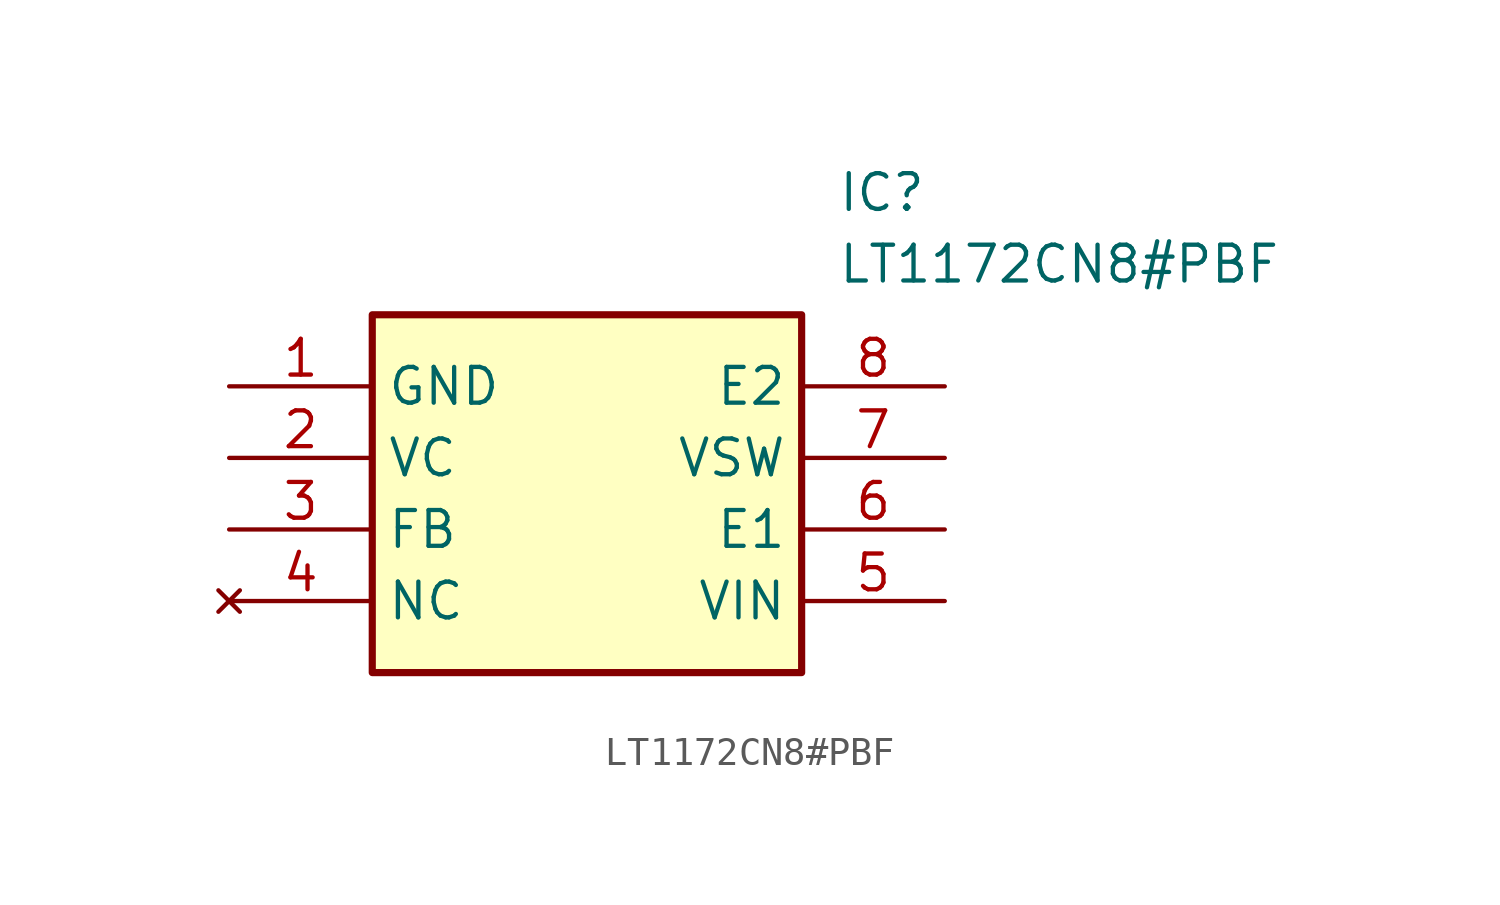
<source format=kicad_sym>
(kicad_symbol_lib
  (version 20211014)
  (generator SamacSys_ECAD_Model)
  (symbol "LT1172CN8#PBF"
    (property "Reference" "IC"
      (at 21.59 7.62 0)
      (effects (font (size 1.27 1.27)) (justify left top)))
    (property "Value" "LT1172CN8#PBF"
      (at 21.59 5.08 0)
      (effects (font (size 1.27 1.27)) (justify left top)))
    (rectangle
      (start 5.08 2.54)
      (end 20.32 -10.16)
      (stroke (width 0.254) (type default))
      (fill (type background)))
    (pin passive line
      (at 0 0 0)
      (length 5.08)
      (name "GND" (effects (font (size 1.27 1.27))))
      (number "1" (effects (font (size 1.27 1.27)))))
    (pin passive line
      (at 0 -2.54 0)
      (length 5.08)
      (name "VC" (effects (font (size 1.27 1.27))))
      (number "2" (effects (font (size 1.27 1.27)))))
    (pin passive line
      (at 0 -5.08 0)
      (length 5.08)
      (name "FB" (effects (font (size 1.27 1.27))))
      (number "3" (effects (font (size 1.27 1.27)))))
    (pin no_connect line
      (at 0 -7.62 0)
      (length 5.08)
      (name "NC" (effects (font (size 1.27 1.27))))
      (number "4" (effects (font (size 1.27 1.27)))))
    (pin passive line
      (at 25.4 0 180)
      (length 5.08)
      (name "E2" (effects (font (size 1.27 1.27))))
      (number "8" (effects (font (size 1.27 1.27)))))
    (pin passive line
      (at 25.4 -2.54 180)
      (length 5.08)
      (name "VSW" (effects (font (size 1.27 1.27))))
      (number "7" (effects (font (size 1.27 1.27)))))
    (pin passive line
      (at 25.4 -5.08 180)
      (length 5.08)
      (name "E1" (effects (font (size 1.27 1.27))))
      (number "6" (effects (font (size 1.27 1.27)))))
    (pin passive line
      (at 25.4 -7.62 180)
      (length 5.08)
      (name "VIN" (effects (font (size 1.27 1.27))))
      (number "5" (effects (font (size 1.27 1.27)))))))
</source>
